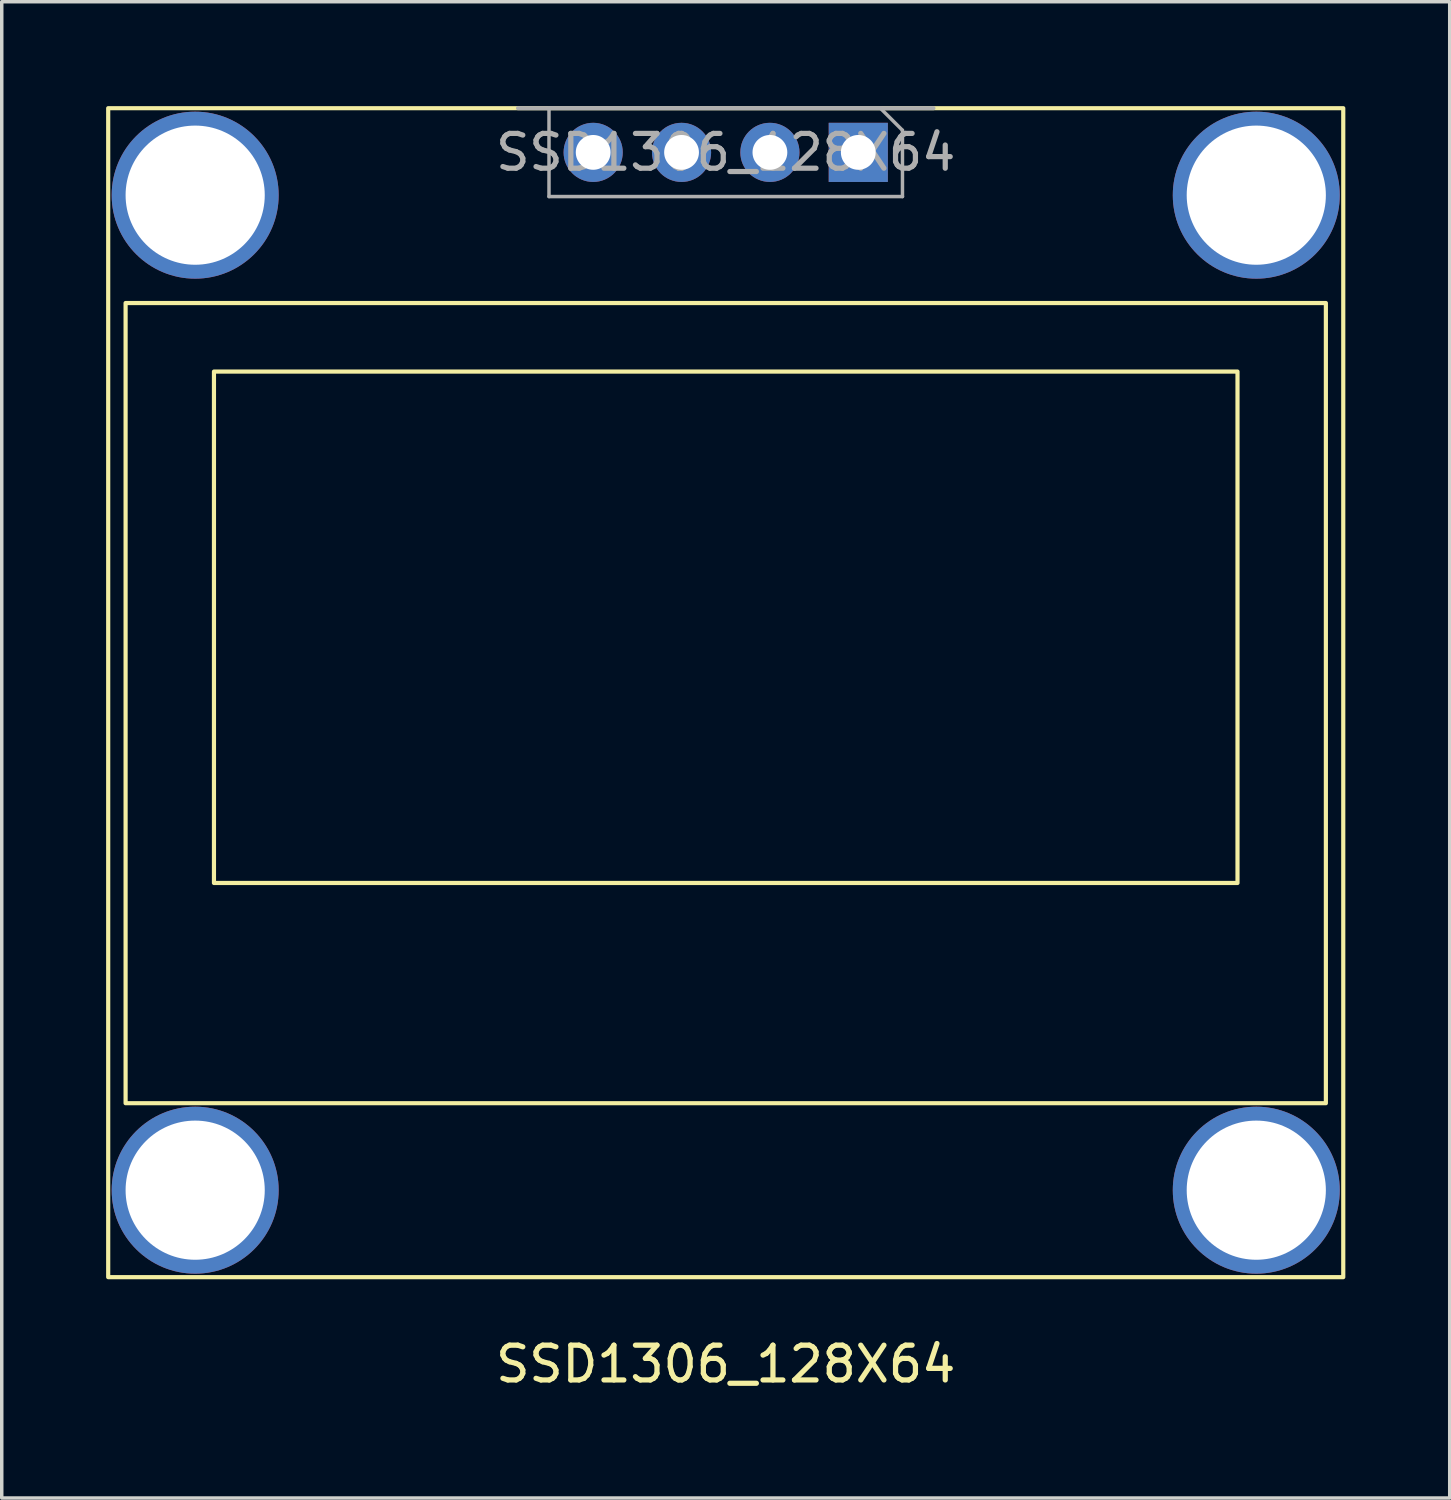
<source format=kicad_pcb>
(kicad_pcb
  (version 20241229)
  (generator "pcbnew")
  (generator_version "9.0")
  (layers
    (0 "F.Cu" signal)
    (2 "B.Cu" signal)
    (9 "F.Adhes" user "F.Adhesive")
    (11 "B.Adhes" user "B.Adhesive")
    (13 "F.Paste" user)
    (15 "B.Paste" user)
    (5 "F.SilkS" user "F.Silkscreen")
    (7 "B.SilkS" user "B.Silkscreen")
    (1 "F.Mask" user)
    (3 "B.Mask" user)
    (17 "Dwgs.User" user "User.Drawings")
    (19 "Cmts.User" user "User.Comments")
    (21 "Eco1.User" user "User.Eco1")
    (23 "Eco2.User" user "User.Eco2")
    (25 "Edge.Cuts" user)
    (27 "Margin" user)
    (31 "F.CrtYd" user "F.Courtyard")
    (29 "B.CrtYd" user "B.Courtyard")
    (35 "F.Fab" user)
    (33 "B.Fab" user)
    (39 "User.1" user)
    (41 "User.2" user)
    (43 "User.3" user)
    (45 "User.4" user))
  (footprint "SSD1306_128X64"
    (layer "F.Cu")
    (at 17.81 33.83)
    (property "Reference" "SSD1306_128X64" (at 0 2.33 0) (unlocked yes) (layer "F.SilkS") (effects (font (size 1 1) (thickness 0.15))))
    (attr through_hole)
    (fp_rect (start -17.25 -28.17) (end 17.25 -5.17) (stroke (width 0.12) (type solid)) (fill no) (layer "F.SilkS"))
    (fp_rect (start -14.71 -26.2) (end 14.71 -11.5) (stroke (width 0.12) (type solid)) (fill no) (layer "F.SilkS"))
    (fp_rect (start 17.75 -0.17) (end -17.75 -33.77) (stroke (width 0.12) (type solid)) (fill no) (layer "F.SilkS"))
    (fp_line (start -5.08 -33.77) (end 4.445 -33.77) (stroke (width 0.1) (type solid)) (layer "F.Fab"))
    (fp_line (start -5.08 -31.23) (end -5.08 -33.77) (stroke (width 0.1) (type solid)) (layer "F.Fab"))
    (fp_line (start 4.445 -33.77) (end 5.08 -33.135) (stroke (width 0.1) (type solid)) (layer "F.Fab"))
    (fp_line (start 5.08 -33.135) (end 5.08 -31.23) (stroke (width 0.1) (type solid)) (layer "F.Fab"))
    (fp_line (start 5.08 -31.23) (end -5.08 -31.23) (stroke (width 0.1) (type solid)) (layer "F.Fab"))
    (fp_line (start 5.969 -33.77) (end -5.969 -33.77) (stroke (width 0.12) (type solid)) (layer "F.Fab"))
    (fp_text user "${REFERENCE}" (at 0 -32.5 0) (layer "F.Fab") (effects (font (size 1 1) (thickness 0.15))))
    (pad "1" thru_hole oval (at -3.81 -32.5 270) (size 1.7 1.7) (drill 1) (layers "*.Cu" "*.Mask"))
    (pad "2" thru_hole oval (at -1.27 -32.5 270) (size 1.7 1.7) (drill 1) (layers "*.Cu" "*.Mask"))
    (pad "3" thru_hole oval (at 1.27 -32.5 270) (size 1.7 1.7) (drill 1) (layers "*.Cu" "*.Mask"))
    (pad "4" thru_hole rect (at 3.81 -32.5 270) (size 1.7 1.7) (drill 1) (layers "*.Cu" "*.Mask"))
    (pad "5" thru_hole circle (at -15.25 -31.27) (size 4.8 4.8) (drill 4) (layers "*.Cu" "*.Mask"))
    (pad "6" thru_hole circle (at 15.25 -31.27) (size 4.8 4.8) (drill 4) (layers "*.Cu" "*.Mask"))
    (pad "7" thru_hole circle (at -15.25 -2.67) (size 4.8 4.8) (drill 4) (layers "*.Cu" "*.Mask"))
    (pad "8" thru_hole circle (at 15.25 -2.67) (size 4.8 4.8) (drill 4) (layers "*.Cu" "*.Mask")))
  (gr_rect
    (start -3 -3)
    (end 38.62 40.008)
    (stroke (width 0.1) (type default))
    (fill no)
    (layer "Edge.Cuts")))
</source>
